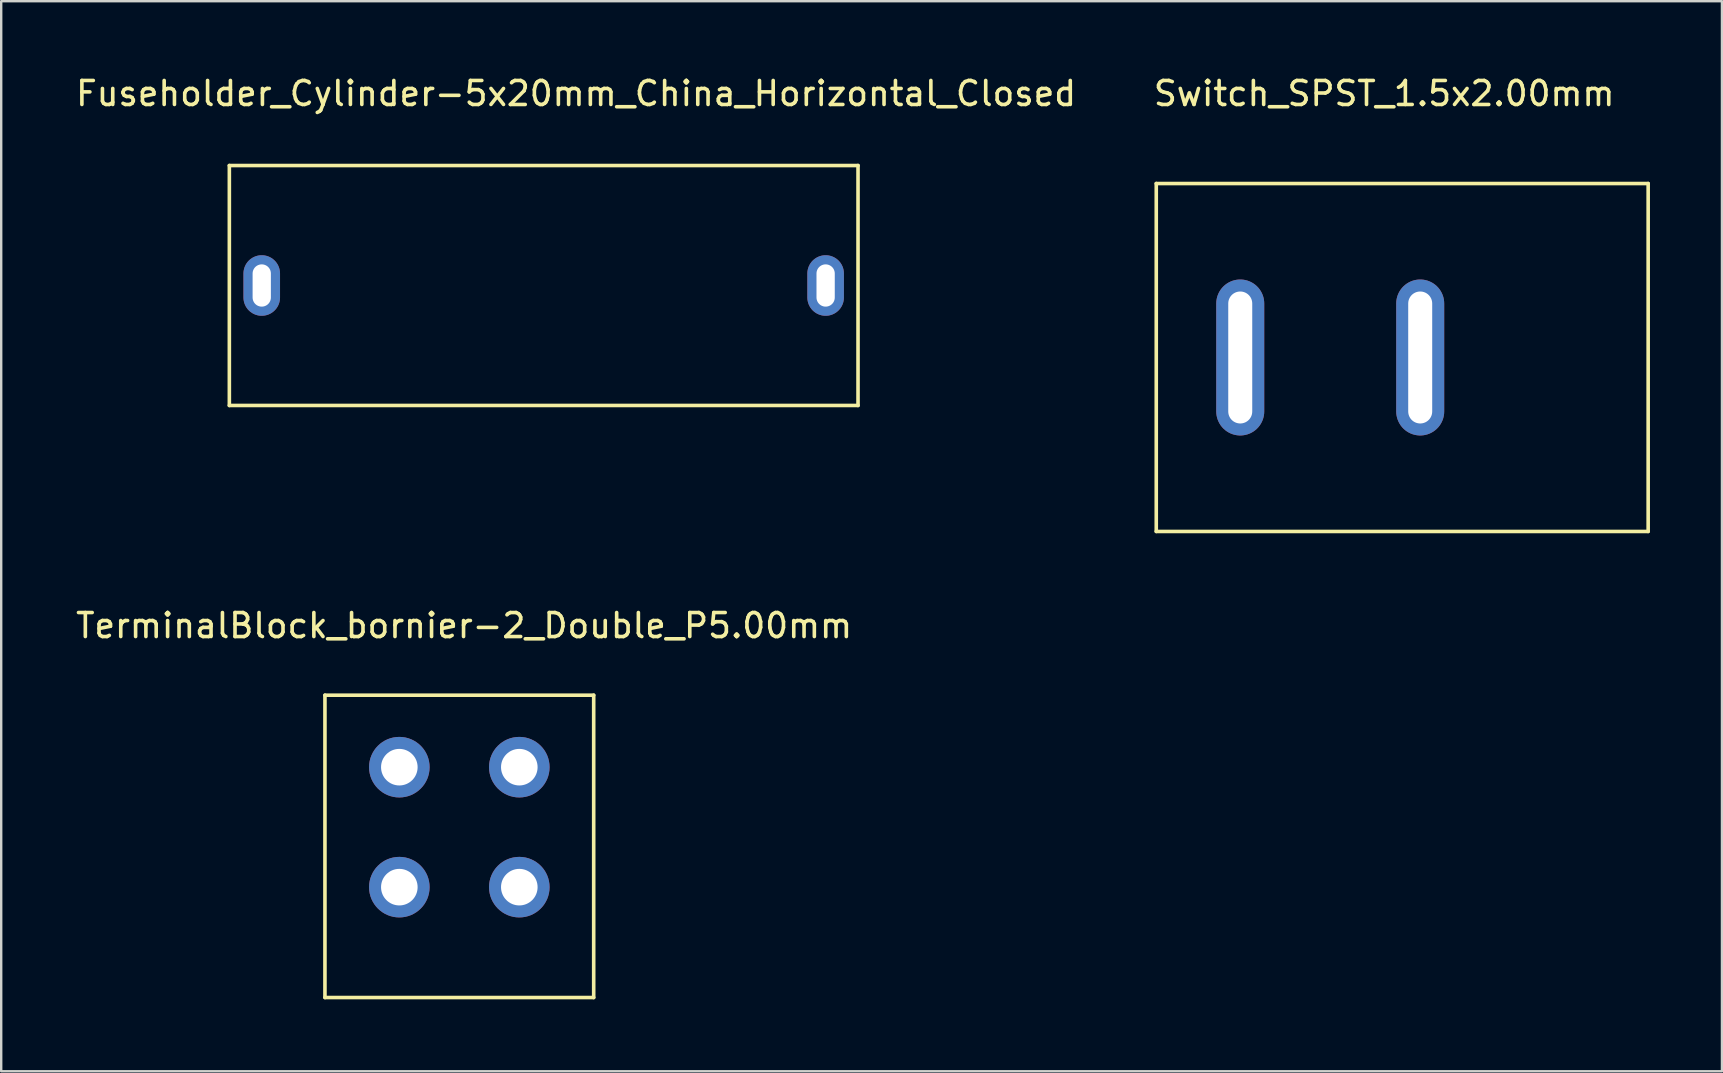
<source format=kicad_pcb>
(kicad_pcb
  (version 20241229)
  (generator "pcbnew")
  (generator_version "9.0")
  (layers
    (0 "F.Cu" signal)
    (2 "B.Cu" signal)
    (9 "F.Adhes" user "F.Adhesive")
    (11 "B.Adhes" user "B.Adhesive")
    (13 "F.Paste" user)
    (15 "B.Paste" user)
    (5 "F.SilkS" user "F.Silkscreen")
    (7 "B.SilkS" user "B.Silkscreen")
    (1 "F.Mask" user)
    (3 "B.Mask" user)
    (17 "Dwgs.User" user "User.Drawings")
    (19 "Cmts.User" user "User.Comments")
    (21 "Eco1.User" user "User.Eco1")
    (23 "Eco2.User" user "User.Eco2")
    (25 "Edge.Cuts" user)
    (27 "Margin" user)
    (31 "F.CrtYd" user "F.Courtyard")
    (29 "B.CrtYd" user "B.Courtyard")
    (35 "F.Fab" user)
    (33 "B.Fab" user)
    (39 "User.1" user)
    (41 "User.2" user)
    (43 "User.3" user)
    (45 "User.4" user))
  (footprint "Fuseholder_Cylinder-5x20mm_China_Horizontal_Closed"
    (layer "F.Cu")
    (at 7.858 8.848)
    (property "Reference" "Fuseholder_Cylinder-5x20mm_China_Horizontal_Closed" (at 13.1 -8 0) (layer "F.SilkS") (effects (font (size 1 1) (thickness 0.15))))
    (attr through_hole)
    (fp_line (start -1.35 -5) (end 24.85 -5) (stroke (width 0.15) (type solid)) (layer "F.SilkS"))
    (fp_line (start -1.35 5) (end -1.35 -5) (stroke (width 0.15) (type solid)) (layer "F.SilkS"))
    (fp_line (start -1.35 5) (end 24.85 5) (stroke (width 0.15) (type solid)) (layer "F.SilkS"))
    (fp_line (start 24.85 5) (end 24.85 -5) (stroke (width 0.15) (type solid)) (layer "F.SilkS"))
    (pad "1" thru_hole oval (at 0 0) (size 1.524 2.524) (drill oval 0.762 1.762) (layers "*.Cu" "*.Mask"))
    (pad "2" thru_hole oval (at 23.5 0) (size 1.524 2.524) (drill oval 0.762 1.762) (layers "*.Cu" "*.Mask")))
  (footprint "Switch_SPST_1.5x2.00mm"
    (layer "F.Cu")
    (at 48.637 7.848)
    (property "Reference" "Switch_SPST_1.5x2.00mm" (at 6 -7 0) (layer "F.SilkS") (effects (font (size 1 1) (thickness 0.15))))
    (attr through_hole)
    (fp_line (start -3.5 -3.25) (end -3.5 11.25) (stroke (width 0.15) (type solid)) (layer "F.SilkS"))
    (fp_line (start -3.5 -3.25) (end 17 -3.25) (stroke (width 0.15) (type solid)) (layer "F.SilkS"))
    (fp_line (start 17 -3.25) (end 17 11.25) (stroke (width 0.15) (type solid)) (layer "F.SilkS"))
    (fp_line (start 17 11.25) (end -3.5 11.25) (stroke (width 0.15) (type solid)) (layer "F.SilkS"))
    (pad "1" thru_hole oval (at 0 4) (size 2 6.5) (drill oval 1 5.5) (layers "*.Cu" "*.Mask"))
    (pad "2" thru_hole oval (at 7.5 4) (size 2 6.5) (drill oval 1 5.5) (layers "*.Cu" "*.Mask")))
  (footprint "TerminalBlock_bornier-2_Double_P5.00mm"
    (layer "F.Cu")
    (at 13.592 28.922)
    (property "Reference" "TerminalBlock_bornier-2_Double_P5.00mm" (at 2.7 -5.9 0) (layer "F.SilkS") (effects (font (size 1 1) (thickness 0.15))))
    (attr through_hole)
    (fp_line (start -3.1 -3) (end -3.1 9.6) (stroke (width 0.15) (type solid)) (layer "F.SilkS"))
    (fp_line (start -3.1 -3) (end 8.1 -3) (stroke (width 0.15) (type solid)) (layer "F.SilkS"))
    (fp_line (start -3.1 9.6) (end 8.1 9.6) (stroke (width 0.15) (type solid)) (layer "F.SilkS"))
    (fp_line (start 8.1 -3) (end 8.1 9.6) (stroke (width 0.15) (type solid)) (layer "F.SilkS"))
    (pad "1" thru_hole circle (at 0 0) (size 2.524 2.524) (drill 1.524) (layers "*.Cu" "*.Mask"))
    (pad "2" thru_hole circle (at 5 0) (size 2.524 2.524) (drill 1.524) (layers "*.Cu" "*.Mask"))
    (pad "3" thru_hole circle (at 0 5) (size 2.524 2.524) (drill 1.524) (layers "*.Cu" "*.Mask"))
    (pad "4" thru_hole circle (at 5 5) (size 2.524 2.524) (drill 1.524) (layers "*.Cu" "*.Mask")))
  (gr_rect
    (start -3 -3)
    (end 68.712 41.596)
    (stroke (width 0.1) (type default))
    (fill no)
    (layer "Edge.Cuts")))
</source>
